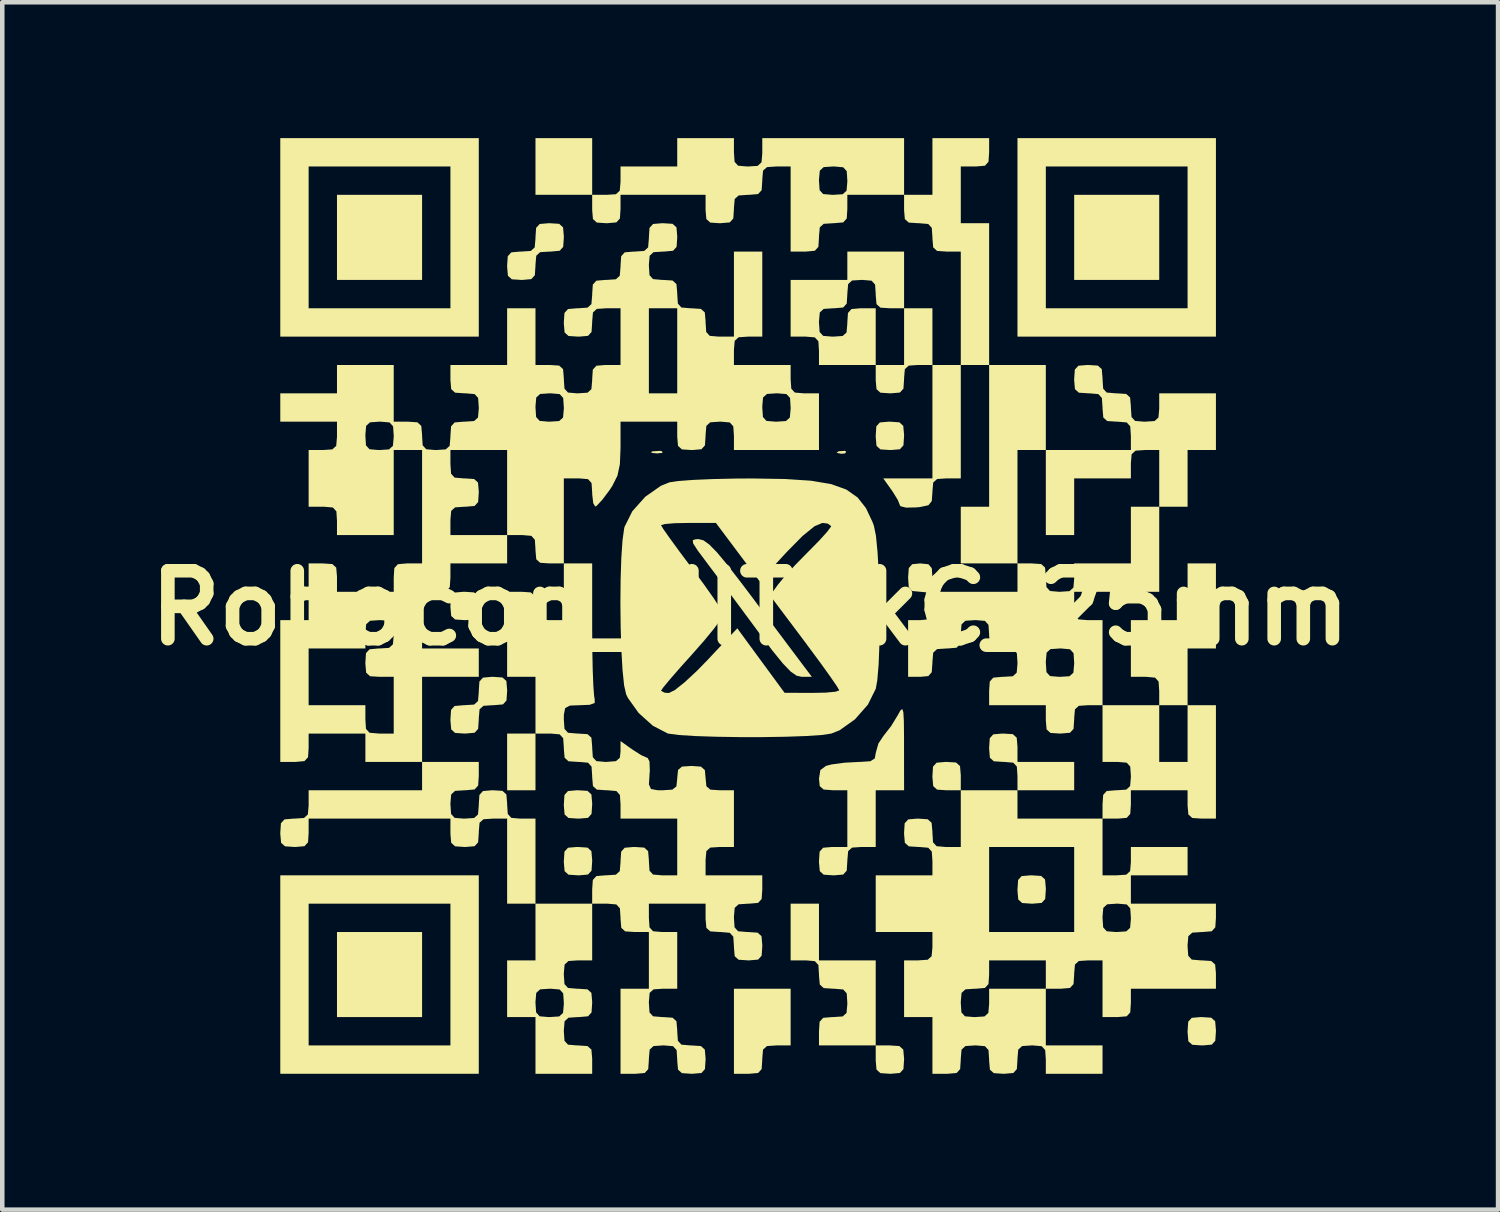
<source format=kicad_pcb>
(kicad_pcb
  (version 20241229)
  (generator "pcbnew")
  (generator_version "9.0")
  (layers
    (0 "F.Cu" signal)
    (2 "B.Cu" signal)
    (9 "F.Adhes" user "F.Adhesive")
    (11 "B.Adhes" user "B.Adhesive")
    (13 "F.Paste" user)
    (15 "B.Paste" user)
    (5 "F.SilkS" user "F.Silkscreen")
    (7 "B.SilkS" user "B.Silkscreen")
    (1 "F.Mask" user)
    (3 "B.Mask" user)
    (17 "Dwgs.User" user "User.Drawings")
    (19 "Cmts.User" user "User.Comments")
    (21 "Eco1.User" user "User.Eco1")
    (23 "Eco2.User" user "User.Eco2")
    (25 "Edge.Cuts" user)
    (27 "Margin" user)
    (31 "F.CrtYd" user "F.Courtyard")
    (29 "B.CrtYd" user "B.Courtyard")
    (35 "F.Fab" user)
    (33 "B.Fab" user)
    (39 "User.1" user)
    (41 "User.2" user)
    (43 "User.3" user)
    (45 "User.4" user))
  (footprint "Robocon_NITOkC_25mm"
    (layer "F.Cu")
    (at 13.514 10.375)
    (property "Reference" "Robocon_NITOkC_25mm" (at 0 0 0) (layer "F.SilkS") (effects (font (size 1.5 1.5) (thickness 0.3))))
    (attr board_only exclude_from_pos_files exclude_from_bom)
    (fp_poly (pts (xy -1.945 -3.458) (xy -1.934 -3.425) (xy -2.057 -3.413) (xy -2.184 -3.427) (xy -2.169 -3.458) (xy -1.986 -3.47)) (stroke (width 0) (type solid)) (fill yes) (layer "F.SilkS"))
    (fp_poly (pts (xy 2.122 -3.453) (xy 2.096 -3.412) (xy 2.005 -3.406) (xy 1.909 -3.427) (xy 1.951 -3.46) (xy 2.091 -3.47)) (stroke (width 0) (type solid)) (fill yes) (layer "F.SilkS"))
    (fp_poly (pts (xy -7.244 -8.183) (xy -7.244 -7.244) (xy -8.183 -7.244) (xy -9.123 -7.244) (xy -9.123 -8.183) (xy -9.123 -9.123) (xy -8.183 -9.123) (xy -7.244 -9.123)) (stroke (width 0) (type solid)) (fill yes) (layer "F.SilkS"))
    (fp_poly (pts (xy -7.244 8.094) (xy -7.244 9.033) (xy -8.183 9.033) (xy -9.123 9.033) (xy -9.123 8.094) (xy -9.123 7.155) (xy -8.183 7.155) (xy -7.244 7.155)) (stroke (width 0) (type solid)) (fill yes) (layer "F.SilkS"))
    (fp_poly (pts (xy -4.74 3.399) (xy -4.74 4.025) (xy -5.053 4.025) (xy -5.366 4.025) (xy -5.366 3.399) (xy -5.366 2.773) (xy -5.053 2.773) (xy -4.74 2.773)) (stroke (width 0) (type solid)) (fill yes) (layer "F.SilkS"))
    (fp_poly (pts (xy 9.033 -8.183) (xy 9.033 -7.244) (xy 8.094 -7.244) (xy 7.155 -7.244) (xy 7.155 -8.183) (xy 7.155 -9.123) (xy 8.094 -9.123) (xy 9.033 -9.123)) (stroke (width 0) (type solid)) (fill yes) (layer "F.SilkS"))
    (fp_poly (pts (xy 3.295 9.673) (xy 3.381 9.751) (xy 3.399 9.948) (xy 3.399 9.972) (xy 3.385 10.182) (xy 3.307 10.268) (xy 3.109 10.285) (xy 3.086 10.285) (xy 2.876 10.271) (xy 2.79 10.193) (xy 2.773 9.996) (xy 2.773 9.972) (xy 2.773 9.659) (xy 3.086 9.659)) (stroke (width 0) (type solid)) (fill yes) (layer "F.SilkS"))
    (fp_poly (pts (xy -6.095 -0.344) (xy -6.009 -0.266) (xy -5.992 -0.069) (xy -5.992 -0.045) (xy -6.006 0.165) (xy -6.084 0.251) (xy -6.281 0.268) (xy -6.305 0.268) (xy -6.515 0.254) (xy -6.601 0.176) (xy -6.618 -0.021) (xy -6.618 -0.045) (xy -6.604 -0.255) (xy -6.526 -0.341) (xy -6.329 -0.358) (xy -6.305 -0.358)) (stroke (width 0) (type solid)) (fill yes) (layer "F.SilkS"))
    (fp_poly (pts (xy -3.591 4.038) (xy -3.505 4.117) (xy -3.488 4.314) (xy -3.488 4.338) (xy -3.502 4.547) (xy -3.58 4.634) (xy -3.777 4.651) (xy -3.801 4.651) (xy -4.011 4.637) (xy -4.097 4.559) (xy -4.114 4.362) (xy -4.114 4.338) (xy -4.1 4.128) (xy -4.022 4.042) (xy -3.825 4.025) (xy -3.801 4.025)) (stroke (width 0) (type solid)) (fill yes) (layer "F.SilkS"))
    (fp_poly (pts (xy -3.591 5.291) (xy -3.505 5.369) (xy -3.488 5.566) (xy -3.488 5.59) (xy -3.502 5.8) (xy -3.58 5.886) (xy -3.777 5.903) (xy -3.801 5.903) (xy -4.011 5.889) (xy -4.097 5.811) (xy -4.114 5.614) (xy -4.114 5.59) (xy -4.1 5.38) (xy -4.022 5.294) (xy -3.825 5.277) (xy -3.801 5.277)) (stroke (width 0) (type solid)) (fill yes) (layer "F.SilkS"))
    (fp_poly (pts (xy 0.894 9.033) (xy 0.894 9.659) (xy 0.581 9.659) (xy 0.372 9.673) (xy 0.285 9.751) (xy 0.268 9.948) (xy 0.268 9.972) (xy 0.254 10.182) (xy 0.176 10.268) (xy -0.021 10.285) (xy -0.045 10.285) (xy -0.358 10.285) (xy -0.358 9.346) (xy -0.358 8.407) (xy 0.268 8.407) (xy 0.894 8.407)) (stroke (width 0) (type solid)) (fill yes) (layer "F.SilkS"))
    (fp_poly (pts (xy 3.295 -4.1) (xy 3.381 -4.022) (xy 3.399 -3.825) (xy 3.399 -3.801) (xy 3.385 -3.591) (xy 3.307 -3.505) (xy 3.109 -3.488) (xy 3.086 -3.488) (xy 2.876 -3.502) (xy 2.79 -3.58) (xy 2.773 -3.777) (xy 2.773 -3.801) (xy 2.786 -4.011) (xy 2.864 -4.097) (xy 3.062 -4.114) (xy 3.086 -4.114)) (stroke (width 0) (type solid)) (fill yes) (layer "F.SilkS"))
    (fp_poly (pts (xy 6.426 5.917) (xy 6.512 5.995) (xy 6.529 6.192) (xy 6.529 6.216) (xy 6.515 6.426) (xy 6.437 6.512) (xy 6.24 6.529) (xy 6.216 6.529) (xy 6.006 6.515) (xy 5.92 6.437) (xy 5.903 6.24) (xy 5.903 6.216) (xy 5.917 6.006) (xy 5.995 5.92) (xy 6.192 5.903) (xy 6.216 5.903)) (stroke (width 0) (type solid)) (fill yes) (layer "F.SilkS"))
    (fp_poly (pts (xy 10.182 9.047) (xy 10.268 9.125) (xy 10.285 9.322) (xy 10.285 9.346) (xy 10.271 9.556) (xy 10.193 9.642) (xy 9.996 9.659) (xy 9.972 9.659) (xy 9.762 9.645) (xy 9.676 9.567) (xy 9.659 9.37) (xy 9.659 9.346) (xy 9.673 9.136) (xy 9.751 9.05) (xy 9.948 9.033) (xy 9.972 9.033)) (stroke (width 0) (type solid)) (fill yes) (layer "F.SilkS"))
    (fp_poly (pts (xy -5.992 -8.183) (xy -5.992 -5.992) (xy -8.183 -5.992) (xy -10.375 -5.992) (xy -10.375 -8.183) (xy -10.375 -9.749) (xy -9.749 -9.749) (xy -9.749 -8.183) (xy -9.749 -6.618) (xy -8.183 -6.618) (xy -6.618 -6.618) (xy -6.618 -8.183) (xy -6.618 -9.749) (xy -8.183 -9.749) (xy -9.749 -9.749) (xy -10.375 -9.749) (xy -10.375 -10.375) (xy -8.183 -10.375) (xy -5.992 -10.375)) (stroke (width 0) (type solid)) (fill yes) (layer "F.SilkS"))
    (fp_poly (pts (xy -5.992 8.094) (xy -5.992 10.285) (xy -8.183 10.285) (xy -10.375 10.285) (xy -10.375 8.094) (xy -10.375 6.529) (xy -9.749 6.529) (xy -9.749 8.094) (xy -9.749 9.659) (xy -8.183 9.659) (xy -6.618 9.659) (xy -6.618 8.094) (xy -6.618 6.529) (xy -8.183 6.529) (xy -9.749 6.529) (xy -10.375 6.529) (xy -10.375 5.903) (xy -8.183 5.903) (xy -5.992 5.903)) (stroke (width 0) (type solid)) (fill yes) (layer "F.SilkS"))
    (fp_poly (pts (xy 10.285 -8.183) (xy 10.285 -5.992) (xy 8.094 -5.992) (xy 5.903 -5.992) (xy 5.903 -8.183) (xy 5.903 -9.749) (xy 6.529 -9.749) (xy 6.529 -8.183) (xy 6.529 -6.618) (xy 8.094 -6.618) (xy 9.659 -6.618) (xy 9.659 -8.183) (xy 9.659 -9.749) (xy 8.094 -9.749) (xy 6.529 -9.749) (xy 5.903 -9.749) (xy 5.903 -10.375) (xy 8.094 -10.375) (xy 10.285 -10.375)) (stroke (width 0) (type solid)) (fill yes) (layer "F.SilkS"))
    (fp_poly (pts (xy -1.032 -1.494) (xy -0.904 -1.403) (xy -0.734 -1.23) (xy -0.505 -0.955) (xy -0.2 -0.561) (xy 0.004 -0.291) (xy 0.325 0.138) (xy 0.625 0.538) (xy 0.88 0.878) (xy 1.067 1.127) (xy 1.144 1.23) (xy 1.363 1.52) (xy 1.138 1.52) (xy 1.026 1.495) (xy 0.895 1.404) (xy 0.725 1.228) (xy 0.495 0.945) (xy 0.187 0.535) (xy 0.171 0.514) (xy -0.141 0.092) (xy -0.454 -0.33) (xy -0.735 -0.705) (xy -0.947 -0.987) (xy -0.961 -1.006) (xy -1.159 -1.271) (xy -1.258 -1.425) (xy -1.267 -1.497) (xy -1.198 -1.519) (xy -1.134 -1.52)) (stroke (width 0) (type solid)) (fill yes) (layer "F.SilkS"))
    (fp_poly (pts (xy -5.469 1.534) (xy -5.383 1.612) (xy -5.366 1.81) (xy -5.366 1.833) (xy -5.38 2.043) (xy -5.458 2.129) (xy -5.655 2.146) (xy -5.679 2.146) (xy -5.889 2.16) (xy -5.975 2.238) (xy -5.992 2.436) (xy -5.992 2.46) (xy -6.006 2.669) (xy -6.084 2.755) (xy -6.281 2.772) (xy -6.305 2.773) (xy -6.515 2.759) (xy -6.601 2.681) (xy -6.618 2.483) (xy -6.618 2.46) (xy -6.604 2.25) (xy -6.526 2.164) (xy -6.329 2.147) (xy -6.305 2.146) (xy -6.095 2.133) (xy -6.009 2.055) (xy -5.992 1.857) (xy -5.992 1.833) (xy -5.978 1.624) (xy -5.9 1.538) (xy -5.703 1.52) (xy -5.679 1.52)) (stroke (width 0) (type solid)) (fill yes) (layer "F.SilkS"))
    (fp_poly (pts (xy -4.217 -8.483) (xy -4.131 -8.405) (xy -4.114 -8.207) (xy -4.114 -8.183) (xy -4.128 -7.974) (xy -4.206 -7.888) (xy -4.403 -7.87) (xy -4.427 -7.87) (xy -4.637 -7.857) (xy -4.723 -7.778) (xy -4.74 -7.581) (xy -4.74 -7.557) (xy -4.754 -7.348) (xy -4.832 -7.262) (xy -5.029 -7.244) (xy -5.053 -7.244) (xy -5.263 -7.258) (xy -5.349 -7.336) (xy -5.366 -7.534) (xy -5.366 -7.557) (xy -5.352 -7.767) (xy -5.274 -7.853) (xy -5.077 -7.87) (xy -5.053 -7.87) (xy -4.843 -7.884) (xy -4.757 -7.962) (xy -4.74 -8.16) (xy -4.74 -8.183) (xy -4.726 -8.393) (xy -4.648 -8.479) (xy -4.451 -8.496) (xy -4.427 -8.496)) (stroke (width 0) (type solid)) (fill yes) (layer "F.SilkS"))
    (fp_poly (pts (xy 1.52 7.155) (xy 1.52 7.781) (xy 2.146 7.781) (xy 2.773 7.781) (xy 2.773 8.72) (xy 2.773 9.659) (xy 2.146 9.659) (xy 1.52 9.659) (xy 1.52 9.346) (xy 1.534 9.136) (xy 1.612 9.05) (xy 1.81 9.033) (xy 1.833 9.033) (xy 2.043 9.019) (xy 2.129 8.941) (xy 2.146 8.744) (xy 2.146 8.72) (xy 2.133 8.51) (xy 2.055 8.424) (xy 1.857 8.407) (xy 1.833 8.407) (xy 1.624 8.393) (xy 1.538 8.315) (xy 1.52 8.118) (xy 1.52 8.094) (xy 1.507 7.884) (xy 1.428 7.798) (xy 1.231 7.781) (xy 1.207 7.781) (xy 0.894 7.781) (xy 0.894 7.155) (xy 0.894 6.529) (xy 1.207 6.529) (xy 1.52 6.529)) (stroke (width 0) (type solid)) (fill yes) (layer "F.SilkS"))
    (fp_poly (pts (xy 3.383 2.301) (xy 3.394 2.494) (xy 3.398 2.833) (xy 3.398 3.063) (xy 3.399 4.025) (xy 3.086 4.025) (xy 2.773 4.025) (xy 2.773 4.651) (xy 2.773 5.277) (xy 2.46 5.277) (xy 2.25 5.291) (xy 2.164 5.369) (xy 2.147 5.566) (xy 2.146 5.59) (xy 2.133 5.8) (xy 2.055 5.886) (xy 1.857 5.903) (xy 1.833 5.903) (xy 1.624 5.889) (xy 1.538 5.811) (xy 1.52 5.614) (xy 1.52 5.59) (xy 1.534 5.38) (xy 1.612 5.294) (xy 1.81 5.277) (xy 1.833 5.277) (xy 2.146 5.277) (xy 2.146 4.651) (xy 2.146 4.025) (xy 1.833 4.025) (xy 1.623 4.009) (xy 1.537 3.934) (xy 1.52 3.768) (xy 1.55 3.579) (xy 1.676 3.486) (xy 1.8 3.454) (xy 2.087 3.416) (xy 2.405 3.399) (xy 2.426 3.399) (xy 2.654 3.384) (xy 2.753 3.321) (xy 2.773 3.203) (xy 2.832 2.992) (xy 2.945 2.823) (xy 3.114 2.606) (xy 3.258 2.37) (xy 3.319 2.261) (xy 3.359 2.23)) (stroke (width 0) (type solid)) (fill yes) (layer "F.SilkS"))
    (fp_poly (pts (xy 0.773 -2.848) (xy 1.348 -2.81) (xy 1.79 -2.735) (xy 2.124 -2.615) (xy 2.372 -2.441) (xy 2.558 -2.205) (xy 2.703 -1.896) (xy 2.732 -1.817) (xy 2.778 -1.595) (xy 2.813 -1.234) (xy 2.84 -0.775) (xy 2.855 -0.257) (xy 2.861 0.28) (xy 2.855 0.795) (xy 2.837 1.248) (xy 2.807 1.601) (xy 2.774 1.784) (xy 2.6 2.134) (xy 2.314 2.459) (xy 1.976 2.7) (xy 1.793 2.773) (xy 1.585 2.804) (xy 1.238 2.827) (xy 0.792 2.843) (xy 0.286 2.851) (xy -0.243 2.851) (xy -0.754 2.843) (xy -1.21 2.828) (xy -1.572 2.805) (xy -1.8 2.775) (xy -1.824 2.769) (xy -2.149 2.6) (xy -2.462 2.319) (xy -2.7 1.985) (xy -2.739 1.903) (xy -2.756 1.827) (xy -1.968 1.827) (xy -1.893 1.869) (xy -1.798 1.878) (xy -1.666 1.815) (xy -1.447 1.641) (xy -1.17 1.383) (xy -0.956 1.164) (xy -0.284 0.449) (xy 0.238 1.161) (xy 0.76 1.872) (xy 1.364 1.875) (xy 1.666 1.869) (xy 1.883 1.849) (xy 1.968 1.82) (xy 1.968 1.819) (xy 1.917 1.73) (xy 1.777 1.526) (xy 1.567 1.233) (xy 1.307 0.881) (xy 1.204 0.742) (xy 0.44 -0.275) (xy 0.615 -0.517) (xy 0.766 -0.7) (xy 0.999 -0.953) (xy 1.266 -1.225) (xy 1.29 -1.249) (xy 1.526 -1.489) (xy 1.701 -1.683) (xy 1.786 -1.797) (xy 1.789 -1.808) (xy 1.713 -1.864) (xy 1.595 -1.878) (xy 1.422 -1.805) (xy 1.158 -1.591) (xy 0.814 -1.242) (xy 0.805 -1.233) (xy 0.21 -0.588) (xy -0.273 -1.233) (xy -0.756 -1.878) (xy -1.362 -1.878) (xy -1.665 -1.872) (xy -1.882 -1.854) (xy -1.968 -1.83) (xy -1.968 -1.829) (xy -1.917 -1.743) (xy -1.777 -1.544) (xy -1.57 -1.26) (xy -1.316 -0.92) (xy -1.285 -0.879) (xy -1.025 -0.527) (xy -0.808 -0.22) (xy -0.657 0.01) (xy -0.593 0.134) (xy -0.592 0.139) (xy -0.645 0.247) (xy -0.797 0.455) (xy -1.024 0.731) (xy -1.274 1.015) (xy -1.548 1.32) (xy -1.771 1.576) (xy -1.919 1.755) (xy -1.968 1.827) (xy -2.756 1.827) (xy -2.783 1.708) (xy -2.818 1.371) (xy -2.843 0.931) (xy -2.859 0.426) (xy -2.865 -0.107) (xy -2.86 -0.631) (xy -2.845 -1.106) (xy -2.818 -1.496) (xy -2.781 -1.762) (xy -2.773 -1.793) (xy -2.602 -2.136) (xy -2.315 -2.457) (xy -1.971 -2.698) (xy -1.784 -2.774) (xy -1.592 -2.803) (xy -1.26 -2.828) (xy -0.823 -2.847) (xy -0.319 -2.858) (xy 0.044 -2.86)) (stroke (width 0) (type solid)) (fill yes) (layer "F.SilkS"))
    (fp_poly (pts (xy -3.488 -9.749) (xy -3.488 -9.123) (xy -3.175 -9.123) (xy -2.965 -9.136) (xy -2.879 -9.214) (xy -2.862 -9.412) (xy -2.862 -9.436) (xy -2.862 -9.749) (xy -2.236 -9.749) (xy -1.61 -9.749) (xy -1.61 -10.062) (xy -1.61 -10.375) (xy -0.984 -10.375) (xy -0.358 -10.375) (xy -0.358 -10.062) (xy -0.344 -9.852) (xy -0.266 -9.766) (xy -0.069 -9.749) (xy -0.045 -9.749) (xy 0.165 -9.762) (xy 0.251 -9.841) (xy 0.268 -10.038) (xy 0.268 -10.062) (xy 0.268 -10.375) (xy 1.833 -10.375) (xy 3.399 -10.375) (xy 3.399 -9.749) (xy 3.399 -9.123) (xy 3.712 -9.123) (xy 4.025 -9.123) (xy 4.025 -9.749) (xy 4.025 -10.375) (xy 4.651 -10.375) (xy 5.277 -10.375) (xy 5.277 -10.062) (xy 5.263 -9.852) (xy 5.185 -9.766) (xy 4.988 -9.749) (xy 4.964 -9.749) (xy 4.651 -9.749) (xy 4.651 -9.123) (xy 4.651 -8.496) (xy 4.964 -8.496) (xy 5.277 -8.496) (xy 5.277 -6.931) (xy 5.277 -5.366) (xy 4.964 -5.366) (xy 4.651 -5.366) (xy 4.651 -4.114) (xy 4.651 -2.862) (xy 4.338 -2.862) (xy 4.128 -2.848) (xy 4.042 -2.77) (xy 4.025 -2.576) (xy 4.025 -2.558) (xy 4.011 -2.362) (xy 3.937 -2.269) (xy 3.751 -2.229) (xy 3.667 -2.221) (xy 3.444 -2.216) (xy 3.319 -2.247) (xy 3.309 -2.264) (xy 3.261 -2.384) (xy 3.145 -2.573) (xy 3.124 -2.602) (xy 2.939 -2.862) (xy 3.482 -2.862) (xy 4.025 -2.862) (xy 4.025 -4.114) (xy 4.025 -5.366) (xy 3.712 -5.366) (xy 3.502 -5.352) (xy 3.416 -5.274) (xy 3.399 -5.077) (xy 3.399 -5.053) (xy 3.385 -4.843) (xy 3.307 -4.757) (xy 3.109 -4.74) (xy 3.086 -4.74) (xy 2.876 -4.754) (xy 2.79 -4.832) (xy 2.773 -5.029) (xy 2.773 -5.053) (xy 2.773 -5.366) (xy 2.146 -5.366) (xy 1.52 -5.366) (xy 1.52 -5.679) (xy 1.507 -5.889) (xy 1.428 -5.975) (xy 1.231 -5.992) (xy 1.207 -5.992) (xy 0.894 -5.992) (xy 0.894 -6.618) (xy 0.894 -7.244) (xy 1.52 -7.244) (xy 2.146 -7.244) (xy 2.146 -7.557) (xy 2.146 -7.87) (xy 2.773 -7.87) (xy 3.399 -7.87) (xy 3.399 -7.244) (xy 3.399 -6.618) (xy 3.086 -6.618) (xy 2.876 -6.632) (xy 2.79 -6.71) (xy 2.773 -6.908) (xy 2.773 -6.931) (xy 2.759 -7.141) (xy 2.681 -7.227) (xy 2.483 -7.244) (xy 2.46 -7.244) (xy 2.25 -7.231) (xy 2.164 -7.152) (xy 2.147 -6.955) (xy 2.146 -6.931) (xy 2.133 -6.722) (xy 2.055 -6.635) (xy 1.857 -6.618) (xy 1.833 -6.618) (xy 1.624 -6.604) (xy 1.538 -6.526) (xy 1.52 -6.329) (xy 1.52 -6.305) (xy 1.534 -6.095) (xy 1.612 -6.009) (xy 1.81 -5.992) (xy 1.833 -5.992) (xy 2.043 -6.006) (xy 2.129 -6.084) (xy 2.146 -6.281) (xy 2.146 -6.305) (xy 2.16 -6.515) (xy 2.238 -6.601) (xy 2.436 -6.618) (xy 2.46 -6.618) (xy 2.773 -6.618) (xy 2.773 -5.992) (xy 2.773 -5.366) (xy 3.086 -5.366) (xy 3.399 -5.366) (xy 3.399 -5.992) (xy 3.399 -6.618) (xy 3.712 -6.618) (xy 4.025 -6.618) (xy 4.025 -5.992) (xy 4.025 -5.366) (xy 4.338 -5.366) (xy 4.651 -5.366) (xy 4.651 -6.618) (xy 4.651 -7.87) (xy 4.338 -7.87) (xy 4.128 -7.884) (xy 4.042 -7.962) (xy 4.025 -8.16) (xy 4.025 -8.183) (xy 4.011 -8.393) (xy 3.933 -8.479) (xy 3.735 -8.496) (xy 3.712 -8.496) (xy 3.502 -8.51) (xy 3.416 -8.588) (xy 3.399 -8.786) (xy 3.399 -8.81) (xy 3.399 -9.123) (xy 2.773 -9.123) (xy 2.146 -9.123) (xy 2.146 -8.81) (xy 2.133 -8.6) (xy 2.055 -8.514) (xy 1.857 -8.497) (xy 1.833 -8.496) (xy 1.624 -8.483) (xy 1.538 -8.405) (xy 1.52 -8.207) (xy 1.52 -8.183) (xy 1.507 -7.974) (xy 1.428 -7.888) (xy 1.231 -7.87) (xy 1.207 -7.87) (xy 0.894 -7.87) (xy 0.894 -8.81) (xy 0.894 -9.436) (xy 1.52 -9.436) (xy 1.534 -9.226) (xy 1.612 -9.14) (xy 1.81 -9.123) (xy 1.833 -9.123) (xy 2.043 -9.136) (xy 2.129 -9.214) (xy 2.146 -9.412) (xy 2.146 -9.436) (xy 2.133 -9.645) (xy 2.055 -9.731) (xy 1.857 -9.749) (xy 1.833 -9.749) (xy 1.624 -9.735) (xy 1.538 -9.657) (xy 1.52 -9.459) (xy 1.52 -9.436) (xy 0.894 -9.436) (xy 0.894 -9.749) (xy 0.581 -9.749) (xy 0.372 -9.735) (xy 0.285 -9.657) (xy 0.268 -9.459) (xy 0.268 -9.436) (xy 0.254 -9.226) (xy 0.176 -9.14) (xy -0.021 -9.123) (xy -0.045 -9.123) (xy -0.255 -9.109) (xy -0.341 -9.031) (xy -0.358 -8.833) (xy -0.358 -8.81) (xy -0.372 -8.6) (xy -0.45 -8.514) (xy -0.647 -8.497) (xy -0.671 -8.496) (xy -0.881 -8.51) (xy -0.967 -8.588) (xy -0.984 -8.786) (xy -0.984 -8.81) (xy -0.984 -9.123) (xy -1.923 -9.123) (xy -2.862 -9.123) (xy -2.862 -8.81) (xy -2.876 -8.6) (xy -2.954 -8.514) (xy -3.151 -8.497) (xy -3.175 -8.496) (xy -3.385 -8.51) (xy -3.471 -8.588) (xy -3.488 -8.786) (xy -3.488 -8.81) (xy -3.488 -9.123) (xy -4.114 -9.123) (xy -4.74 -9.123) (xy -4.74 -9.749) (xy -4.74 -10.375) (xy -4.114 -10.375) (xy -3.488 -10.375)) (stroke (width 0) (type solid)) (fill yes) (layer "F.SilkS"))
    (fp_poly (pts (xy -3.488 0.44) (xy -3.485 0.935) (xy -3.476 1.374) (xy -3.462 1.722) (xy -3.445 1.946) (xy -3.434 2.005) (xy -3.431 2.096) (xy -3.541 2.138) (xy -3.747 2.146) (xy -3.98 2.155) (xy -4.085 2.211) (xy -4.113 2.356) (xy -4.114 2.46) (xy -4.1 2.669) (xy -4.022 2.755) (xy -3.825 2.772) (xy -3.801 2.773) (xy -3.591 2.786) (xy -3.505 2.864) (xy -3.488 3.062) (xy -3.488 3.086) (xy -3.474 3.295) (xy -3.396 3.381) (xy -3.199 3.399) (xy -3.175 3.399) (xy -2.964 3.382) (xy -2.877 3.307) (xy -2.862 3.169) (xy -2.862 2.939) (xy -2.602 3.124) (xy -2.408 3.248) (xy -2.275 3.308) (xy -2.264 3.309) (xy -2.223 3.388) (xy -2.215 3.585) (xy -2.221 3.667) (xy -2.235 3.896) (xy -2.19 3.997) (xy -2.046 4.024) (xy -1.932 4.025) (xy -1.718 4.011) (xy -1.628 3.939) (xy -1.61 3.766) (xy -1.61 3.756) (xy -1.592 3.576) (xy -1.504 3.502) (xy -1.297 3.488) (xy -1.087 3.503) (xy -1 3.579) (xy -0.984 3.756) (xy -0.966 3.937) (xy -0.878 4.011) (xy -0.671 4.025) (xy -0.358 4.025) (xy -0.358 4.651) (xy -0.358 5.277) (xy -0.671 5.277) (xy -0.881 5.291) (xy -0.967 5.369) (xy -0.984 5.566) (xy -0.984 5.59) (xy -0.984 5.903) (xy -0.358 5.903) (xy 0.268 5.903) (xy 0.268 6.216) (xy 0.254 6.426) (xy 0.176 6.512) (xy -0.021 6.529) (xy -0.045 6.529) (xy -0.255 6.543) (xy -0.341 6.621) (xy -0.358 6.818) (xy -0.358 6.842) (xy -0.344 7.052) (xy -0.266 7.138) (xy -0.069 7.155) (xy -0.045 7.155) (xy 0.165 7.169) (xy 0.251 7.247) (xy 0.268 7.444) (xy 0.268 7.468) (xy 0.254 7.678) (xy 0.176 7.764) (xy -0.021 7.781) (xy -0.045 7.781) (xy -0.255 7.767) (xy -0.341 7.689) (xy -0.358 7.492) (xy -0.358 7.468) (xy -0.372 7.258) (xy -0.45 7.172) (xy -0.647 7.155) (xy -0.671 7.155) (xy -0.881 7.141) (xy -0.967 7.063) (xy -0.984 6.866) (xy -0.984 6.842) (xy -0.984 6.529) (xy -1.61 6.529) (xy -2.236 6.529) (xy -2.236 6.842) (xy -2.222 7.052) (xy -2.144 7.138) (xy -1.947 7.155) (xy -1.923 7.155) (xy -1.61 7.155) (xy -1.61 7.781) (xy -1.61 8.407) (xy -1.923 8.407) (xy -2.133 8.421) (xy -2.219 8.499) (xy -2.236 8.696) (xy -2.236 8.72) (xy -2.222 8.93) (xy -2.144 9.016) (xy -1.947 9.033) (xy -1.923 9.033) (xy -1.713 9.047) (xy -1.627 9.125) (xy -1.61 9.322) (xy -1.61 9.346) (xy -1.596 9.556) (xy -1.518 9.642) (xy -1.321 9.659) (xy -1.297 9.659) (xy -1.087 9.673) (xy -1.001 9.751) (xy -0.984 9.948) (xy -0.984 9.972) (xy -0.998 10.182) (xy -1.076 10.268) (xy -1.273 10.285) (xy -1.297 10.285) (xy -1.507 10.271) (xy -1.593 10.193) (xy -1.61 9.996) (xy -1.61 9.972) (xy -1.624 9.762) (xy -1.702 9.676) (xy -1.899 9.659) (xy -1.923 9.659) (xy -2.133 9.673) (xy -2.219 9.751) (xy -2.236 9.948) (xy -2.236 9.972) (xy -2.25 10.182) (xy -2.328 10.268) (xy -2.525 10.285) (xy -2.549 10.285) (xy -2.862 10.285) (xy -2.862 9.346) (xy -2.862 8.407) (xy -2.549 8.407) (xy -2.236 8.407) (xy -2.236 7.781) (xy -2.236 7.155) (xy -2.549 7.155) (xy -2.759 7.141) (xy -2.845 7.063) (xy -2.862 6.866) (xy -2.862 6.842) (xy -2.876 6.632) (xy -2.954 6.546) (xy -3.151 6.529) (xy -3.175 6.529) (xy -3.488 6.529) (xy -3.488 7.155) (xy -3.488 7.781) (xy -3.801 7.781) (xy -4.011 7.795) (xy -4.097 7.873) (xy -4.114 8.07) (xy -4.114 8.094) (xy -4.1 8.304) (xy -4.022 8.39) (xy -3.825 8.407) (xy -3.801 8.407) (xy -3.591 8.421) (xy -3.505 8.499) (xy -3.488 8.696) (xy -3.488 8.72) (xy -3.502 8.93) (xy -3.58 9.016) (xy -3.777 9.033) (xy -3.801 9.033) (xy -4.011 9.047) (xy -4.097 9.125) (xy -4.114 9.322) (xy -4.114 9.346) (xy -4.1 9.556) (xy -4.022 9.642) (xy -3.825 9.659) (xy -3.801 9.659) (xy -3.591 9.673) (xy -3.505 9.751) (xy -3.488 9.948) (xy -3.488 9.972) (xy -3.488 10.285) (xy -4.114 10.285) (xy -4.74 10.285) (xy -4.74 9.659) (xy -4.74 9.033) (xy -5.053 9.033) (xy -5.366 9.033) (xy -5.366 8.72) (xy -4.74 8.72) (xy -4.726 8.93) (xy -4.648 9.016) (xy -4.451 9.033) (xy -4.427 9.033) (xy -4.217 9.019) (xy -4.131 8.941) (xy -4.114 8.744) (xy -4.114 8.72) (xy -4.128 8.51) (xy -4.206 8.424) (xy -4.403 8.407) (xy -4.427 8.407) (xy -4.637 8.421) (xy -4.723 8.499) (xy -4.74 8.696) (xy -4.74 8.72) (xy -5.366 8.72) (xy -5.366 8.407) (xy -5.366 7.781) (xy -5.053 7.781) (xy -4.74 7.781) (xy -4.74 7.155) (xy -4.74 6.529) (xy -5.053 6.529) (xy -5.366 6.529) (xy -5.366 5.59) (xy -5.366 4.651) (xy -5.679 4.651) (xy -5.889 4.665) (xy -5.975 4.743) (xy -5.992 4.94) (xy -5.992 4.964) (xy -6.006 5.174) (xy -6.084 5.26) (xy -6.281 5.277) (xy -6.305 5.277) (xy -6.515 5.263) (xy -6.601 5.185) (xy -6.618 4.988) (xy -6.618 4.964) (xy -6.618 4.651) (xy -8.183 4.651) (xy -9.749 4.651) (xy -9.749 4.964) (xy -9.762 5.174) (xy -9.841 5.26) (xy -10.038 5.277) (xy -10.062 5.277) (xy -10.271 5.263) (xy -10.357 5.185) (xy -10.375 4.988) (xy -10.375 4.964) (xy -10.361 4.754) (xy -10.283 4.668) (xy -10.085 4.651) (xy -10.062 4.651) (xy -9.852 4.637) (xy -9.766 4.559) (xy -9.749 4.362) (xy -9.749 4.338) (xy -9.749 4.025) (xy -8.496 4.025) (xy -7.244 4.025) (xy -7.244 3.712) (xy -7.244 3.399) (xy -6.618 3.399) (xy -5.992 3.399) (xy -5.992 3.712) (xy -6.006 3.921) (xy -6.084 4.007) (xy -6.281 4.025) (xy -6.305 4.025) (xy -6.515 4.038) (xy -6.601 4.117) (xy -6.618 4.314) (xy -6.618 4.338) (xy -6.604 4.547) (xy -6.526 4.634) (xy -6.329 4.651) (xy -6.305 4.651) (xy -6.095 4.637) (xy -6.009 4.559) (xy -5.992 4.362) (xy -5.992 4.338) (xy -5.978 4.128) (xy -5.9 4.042) (xy -5.703 4.025) (xy -5.679 4.025) (xy -5.469 4.038) (xy -5.383 4.117) (xy -5.366 4.314) (xy -5.366 4.338) (xy -5.352 4.547) (xy -5.274 4.634) (xy -5.077 4.651) (xy -5.053 4.651) (xy -4.74 4.651) (xy -4.74 5.59) (xy -4.74 6.529) (xy -4.114 6.529) (xy -3.488 6.529) (xy -3.488 6.216) (xy -3.474 6.006) (xy -3.396 5.92) (xy -3.199 5.903) (xy -3.175 5.903) (xy -2.965 5.889) (xy -2.879 5.811) (xy -2.862 5.614) (xy -2.862 5.59) (xy -2.848 5.38) (xy -2.77 5.294) (xy -2.573 5.277) (xy -2.549 5.277) (xy -2.339 5.291) (xy -2.253 5.369) (xy -2.236 5.566) (xy -2.236 5.59) (xy -2.222 5.8) (xy -2.144 5.886) (xy -1.947 5.903) (xy -1.923 5.903) (xy -1.61 5.903) (xy -1.61 5.277) (xy -1.61 4.651) (xy -2.236 4.651) (xy -2.862 4.651) (xy -2.862 4.338) (xy -2.876 4.128) (xy -2.954 4.042) (xy -3.151 4.025) (xy -3.175 4.025) (xy -3.385 4.011) (xy -3.471 3.933) (xy -3.488 3.735) (xy -3.488 3.712) (xy -3.502 3.502) (xy -3.58 3.416) (xy -3.777 3.399) (xy -3.801 3.399) (xy -4.011 3.385) (xy -4.097 3.307) (xy -4.114 3.109) (xy -4.114 3.086) (xy -4.128 2.876) (xy -4.206 2.79) (xy -4.403 2.773) (xy -4.427 2.773) (xy -4.74 2.773) (xy -4.74 2.146) (xy -4.74 1.52) (xy -5.053 1.52) (xy -5.366 1.52) (xy -5.366 0.581) (xy -5.366 -0.358) (xy -5.053 -0.358) (xy -4.843 -0.344) (xy -4.757 -0.266) (xy -4.74 -0.069) (xy -4.74 -0.045) (xy -4.726 0.165) (xy -4.648 0.251) (xy -4.451 0.268) (xy -4.427 0.268) (xy -4.114 0.268) (xy -4.114 -0.358) (xy -4.114 -0.984) (xy -3.801 -0.984) (xy -3.488 -0.984)) (stroke (width 0) (type solid)) (fill yes) (layer "F.SilkS"))
    (fp_poly (pts (xy -1.713 -8.483) (xy -1.627 -8.405) (xy -1.61 -8.207) (xy -1.61 -8.183) (xy -1.624 -7.974) (xy -1.702 -7.888) (xy -1.899 -7.87) (xy -1.923 -7.87) (xy -2.133 -7.857) (xy -2.219 -7.778) (xy -2.236 -7.581) (xy -2.236 -7.557) (xy -2.222 -7.348) (xy -2.144 -7.262) (xy -1.947 -7.244) (xy -1.923 -7.244) (xy -1.713 -7.231) (xy -1.627 -7.152) (xy -1.61 -6.955) (xy -1.61 -6.931) (xy -1.596 -6.722) (xy -1.518 -6.635) (xy -1.321 -6.618) (xy -1.297 -6.618) (xy -1.087 -6.604) (xy -1.001 -6.526) (xy -0.984 -6.329) (xy -0.984 -6.305) (xy -0.97 -6.095) (xy -0.892 -6.009) (xy -0.695 -5.992) (xy -0.671 -5.992) (xy -0.358 -5.992) (xy -0.358 -6.931) (xy -0.358 -7.87) (xy -0.045 -7.87) (xy 0.268 -7.87) (xy 0.268 -6.931) (xy 0.268 -5.992) (xy -0.045 -5.992) (xy -0.255 -5.978) (xy -0.341 -5.9) (xy -0.358 -5.703) (xy -0.358 -5.679) (xy -0.358 -5.366) (xy 0.268 -5.366) (xy 0.894 -5.366) (xy 0.894 -5.053) (xy 0.908 -4.843) (xy 0.986 -4.757) (xy 1.184 -4.74) (xy 1.207 -4.74) (xy 1.52 -4.74) (xy 1.52 -4.114) (xy 1.52 -3.488) (xy 0.581 -3.488) (xy -0.358 -3.488) (xy -0.358 -3.801) (xy -0.372 -4.011) (xy -0.45 -4.097) (xy -0.647 -4.114) (xy -0.671 -4.114) (xy -0.881 -4.1) (xy -0.967 -4.022) (xy -0.984 -3.825) (xy -0.984 -3.801) (xy -0.998 -3.591) (xy -1.076 -3.505) (xy -1.273 -3.488) (xy -1.297 -3.488) (xy -1.507 -3.502) (xy -1.593 -3.58) (xy -1.61 -3.777) (xy -1.61 -3.801) (xy -1.61 -4.114) (xy -2.236 -4.114) (xy -2.862 -4.114) (xy -2.862 -3.534) (xy -2.876 -3.177) (xy -2.93 -2.922) (xy -3.045 -2.693) (xy -3.108 -2.598) (xy -3.264 -2.39) (xy -3.385 -2.26) (xy -3.421 -2.239) (xy -3.465 -2.316) (xy -3.487 -2.508) (xy -3.488 -2.549) (xy -3.502 -2.759) (xy -3.58 -2.845) (xy -3.777 -2.862) (xy -3.801 -2.862) (xy -4.114 -2.862) (xy -4.114 -1.923) (xy -4.114 -0.984) (xy -4.427 -0.984) (xy -4.637 -0.998) (xy -4.723 -1.076) (xy -4.74 -1.273) (xy -4.74 -1.297) (xy -4.754 -1.507) (xy -4.832 -1.593) (xy -5.029 -1.61) (xy -5.053 -1.61) (xy -5.366 -1.61) (xy -5.366 -1.297) (xy -5.366 -0.984) (xy -5.992 -0.984) (xy -6.618 -0.984) (xy -6.618 -0.671) (xy -6.632 -0.461) (xy -6.71 -0.375) (xy -6.908 -0.358) (xy -6.931 -0.358) (xy -7.244 -0.358) (xy -7.244 0.268) (xy -7.244 0.894) (xy -6.618 0.894) (xy -5.992 0.894) (xy -5.992 1.207) (xy -5.992 1.52) (xy -6.618 1.52) (xy -7.244 1.52) (xy -7.244 2.46) (xy -7.244 3.399) (xy -7.87 3.399) (xy -8.496 3.399) (xy -8.496 3.086) (xy -8.496 2.773) (xy -9.123 2.773) (xy -9.749 2.773) (xy -9.749 3.086) (xy -9.762 3.295) (xy -9.841 3.381) (xy -10.038 3.399) (xy -10.062 3.399) (xy -10.375 3.399) (xy -10.375 2.146) (xy -9.749 2.146) (xy -9.123 2.146) (xy -8.496 2.146) (xy -8.496 2.46) (xy -8.483 2.669) (xy -8.405 2.755) (xy -8.207 2.772) (xy -8.183 2.773) (xy -7.87 2.773) (xy -7.87 2.146) (xy -7.87 1.52) (xy -8.183 1.52) (xy -8.393 1.507) (xy -8.479 1.428) (xy -8.496 1.231) (xy -8.496 1.207) (xy -8.483 0.998) (xy -8.405 0.912) (xy -8.207 0.894) (xy -8.183 0.894) (xy -7.974 0.881) (xy -7.888 0.802) (xy -7.87 0.605) (xy -7.87 0.581) (xy -7.884 0.372) (xy -7.962 0.285) (xy -8.16 0.268) (xy -8.183 0.268) (xy -8.393 0.282) (xy -8.479 0.36) (xy -8.496 0.558) (xy -8.496 0.581) (xy -8.496 0.894) (xy -9.123 0.894) (xy -9.749 0.894) (xy -9.749 1.52) (xy -9.749 2.146) (xy -10.375 2.146) (xy -10.375 1.833) (xy -10.375 0.268) (xy -10.062 0.268) (xy -9.749 0.268) (xy -9.749 -0.358) (xy -9.749 -0.984) (xy -9.436 -0.984) (xy -9.226 -0.97) (xy -9.14 -0.892) (xy -9.123 -0.695) (xy -9.123 -0.671) (xy -9.123 -0.358) (xy -8.496 -0.358) (xy -7.87 -0.358) (xy -7.87 -0.671) (xy -7.857 -0.881) (xy -7.778 -0.967) (xy -7.581 -0.984) (xy -7.557 -0.984) (xy -7.244 -0.984) (xy -7.244 -2.236) (xy -7.244 -3.488) (xy -7.557 -3.488) (xy -7.87 -3.488) (xy -7.87 -2.549) (xy -7.87 -1.61) (xy -8.496 -1.61) (xy -9.123 -1.61) (xy -9.123 -1.923) (xy -9.136 -2.133) (xy -9.214 -2.219) (xy -9.412 -2.236) (xy -9.436 -2.236) (xy -9.749 -2.236) (xy -9.749 -2.862) (xy -9.749 -3.488) (xy -9.436 -3.488) (xy -9.226 -3.502) (xy -9.14 -3.58) (xy -9.123 -3.777) (xy -9.123 -3.801) (xy -8.496 -3.801) (xy -8.483 -3.591) (xy -8.405 -3.505) (xy -8.207 -3.488) (xy -8.183 -3.488) (xy -7.974 -3.502) (xy -7.888 -3.58) (xy -7.87 -3.777) (xy -7.87 -3.801) (xy -7.884 -4.011) (xy -7.962 -4.097) (xy -8.16 -4.114) (xy -8.183 -4.114) (xy -8.393 -4.1) (xy -8.479 -4.022) (xy -8.496 -3.825) (xy -8.496 -3.801) (xy -9.123 -3.801) (xy -9.123 -4.114) (xy -9.749 -4.114) (xy -10.375 -4.114) (xy -10.375 -4.427) (xy -10.375 -4.74) (xy -9.749 -4.74) (xy -9.123 -4.74) (xy -9.123 -5.053) (xy -9.123 -5.366) (xy -8.496 -5.366) (xy -7.87 -5.366) (xy -7.87 -4.74) (xy -7.87 -4.114) (xy -7.557 -4.114) (xy -7.348 -4.1) (xy -7.262 -4.022) (xy -7.244 -3.825) (xy -7.244 -3.801) (xy -7.231 -3.591) (xy -7.152 -3.505) (xy -6.955 -3.488) (xy -6.931 -3.488) (xy -6.618 -3.488) (xy -6.618 -3.175) (xy -6.604 -2.965) (xy -6.526 -2.879) (xy -6.329 -2.862) (xy -6.305 -2.862) (xy -6.095 -2.848) (xy -6.009 -2.77) (xy -5.992 -2.573) (xy -5.992 -2.549) (xy -6.006 -2.339) (xy -6.084 -2.253) (xy -6.281 -2.236) (xy -6.305 -2.236) (xy -6.515 -2.222) (xy -6.601 -2.144) (xy -6.618 -1.947) (xy -6.618 -1.923) (xy -6.618 -1.61) (xy -5.992 -1.61) (xy -5.366 -1.61) (xy -5.366 -2.549) (xy -5.366 -3.488) (xy -5.992 -3.488) (xy -6.618 -3.488) (xy -6.931 -3.488) (xy -6.722 -3.502) (xy -6.635 -3.58) (xy -6.618 -3.777) (xy -6.618 -3.801) (xy -6.604 -4.011) (xy -6.526 -4.097) (xy -6.329 -4.114) (xy -6.305 -4.114) (xy -6.095 -4.128) (xy -6.009 -4.206) (xy -5.992 -4.403) (xy -5.992 -4.427) (xy -4.74 -4.427) (xy -4.726 -4.217) (xy -4.648 -4.131) (xy -4.451 -4.114) (xy -4.427 -4.114) (xy -4.217 -4.128) (xy -4.131 -4.206) (xy -4.114 -4.403) (xy -4.114 -4.427) (xy 0.268 -4.427) (xy 0.282 -4.217) (xy 0.36 -4.131) (xy 0.558 -4.114) (xy 0.581 -4.114) (xy 0.791 -4.128) (xy 0.877 -4.206) (xy 0.894 -4.403) (xy 0.894 -4.427) (xy 0.881 -4.637) (xy 0.802 -4.723) (xy 0.605 -4.74) (xy 0.581 -4.74) (xy 0.372 -4.726) (xy 0.285 -4.648) (xy 0.268 -4.451) (xy 0.268 -4.427) (xy -4.114 -4.427) (xy -4.128 -4.637) (xy -4.206 -4.723) (xy -4.403 -4.74) (xy -4.427 -4.74) (xy -4.637 -4.726) (xy -4.723 -4.648) (xy -4.74 -4.451) (xy -4.74 -4.427) (xy -5.992 -4.427) (xy -6.006 -4.637) (xy -6.084 -4.723) (xy -6.281 -4.74) (xy -6.305 -4.74) (xy -6.515 -4.754) (xy -6.601 -4.832) (xy -6.618 -5.029) (xy -6.618 -5.053) (xy -6.618 -5.366) (xy -5.992 -5.366) (xy -5.366 -5.366) (xy -5.366 -5.992) (xy -5.366 -6.618) (xy -5.053 -6.618) (xy -4.74 -6.618) (xy -4.74 -5.992) (xy -4.74 -5.366) (xy -4.427 -5.366) (xy -4.217 -5.352) (xy -4.131 -5.274) (xy -4.114 -5.077) (xy -4.114 -5.053) (xy -4.1 -4.843) (xy -4.022 -4.757) (xy -3.825 -4.74) (xy -3.801 -4.74) (xy -3.591 -4.754) (xy -3.505 -4.832) (xy -3.488 -5.029) (xy -3.488 -5.053) (xy -3.474 -5.263) (xy -3.396 -5.349) (xy -3.199 -5.366) (xy -3.175 -5.366) (xy -2.862 -5.366) (xy -2.862 -5.992) (xy -2.862 -6.618) (xy -2.236 -6.618) (xy -2.236 -5.679) (xy -2.236 -4.74) (xy -1.923 -4.74) (xy -1.61 -4.74) (xy -1.61 -5.679) (xy -1.61 -6.618) (xy -1.923 -6.618) (xy -2.236 -6.618) (xy -2.862 -6.618) (xy -3.175 -6.618) (xy -3.385 -6.604) (xy -3.471 -6.526) (xy -3.488 -6.329) (xy -3.488 -6.305) (xy -3.502 -6.095) (xy -3.58 -6.009) (xy -3.777 -5.992) (xy -3.801 -5.992) (xy -4.011 -6.006) (xy -4.097 -6.084) (xy -4.114 -6.281) (xy -4.114 -6.305) (xy -4.1 -6.515) (xy -4.022 -6.601) (xy -3.825 -6.618) (xy -3.801 -6.618) (xy -3.591 -6.632) (xy -3.505 -6.71) (xy -3.488 -6.908) (xy -3.488 -6.931) (xy -3.474 -7.141) (xy -3.396 -7.227) (xy -3.199 -7.244) (xy -3.175 -7.244) (xy -2.965 -7.258) (xy -2.879 -7.336) (xy -2.862 -7.534) (xy -2.862 -7.557) (xy -2.848 -7.767) (xy -2.77 -7.853) (xy -2.573 -7.87) (xy -2.549 -7.87) (xy -2.339 -7.884) (xy -2.253 -7.962) (xy -2.236 -8.16) (xy -2.236 -8.183) (xy -2.222 -8.393) (xy -2.144 -8.479) (xy -1.947 -8.496) (xy -1.923 -8.496)) (stroke (width 0) (type solid)) (fill yes) (layer "F.SilkS"))
    (fp_poly (pts (xy 6.529 -4.427) (xy 6.529 -3.488) (xy 7.468 -3.488) (xy 8.407 -3.488) (xy 8.407 -3.801) (xy 8.393 -4.011) (xy 8.315 -4.097) (xy 8.118 -4.114) (xy 8.094 -4.114) (xy 7.884 -4.128) (xy 7.798 -4.206) (xy 7.781 -4.403) (xy 7.781 -4.427) (xy 7.767 -4.637) (xy 7.689 -4.723) (xy 7.492 -4.74) (xy 7.468 -4.74) (xy 7.258 -4.754) (xy 7.172 -4.832) (xy 7.155 -5.029) (xy 7.155 -5.053) (xy 7.169 -5.263) (xy 7.247 -5.349) (xy 7.444 -5.366) (xy 7.468 -5.366) (xy 7.678 -5.352) (xy 7.764 -5.274) (xy 7.781 -5.077) (xy 7.781 -5.053) (xy 7.795 -4.843) (xy 7.873 -4.757) (xy 8.07 -4.74) (xy 8.094 -4.74) (xy 8.304 -4.726) (xy 8.39 -4.648) (xy 8.407 -4.451) (xy 8.407 -4.427) (xy 8.421 -4.217) (xy 8.499 -4.131) (xy 8.696 -4.114) (xy 8.72 -4.114) (xy 8.93 -4.128) (xy 9.016 -4.206) (xy 9.033 -4.403) (xy 9.033 -4.427) (xy 9.033 -4.74) (xy 9.659 -4.74) (xy 10.285 -4.74) (xy 10.285 -4.114) (xy 10.285 -3.488) (xy 9.972 -3.488) (xy 9.659 -3.488) (xy 9.659 -2.862) (xy 9.659 -2.236) (xy 9.346 -2.236) (xy 9.033 -2.236) (xy 9.033 -1.297) (xy 9.033 -0.358) (xy 8.094 -0.358) (xy 7.155 -0.358) (xy 7.155 -0.045) (xy 7.169 0.165) (xy 7.247 0.251) (xy 7.444 0.268) (xy 7.468 0.268) (xy 7.781 0.268) (xy 7.781 1.207) (xy 7.781 2.146) (xy 8.407 2.146) (xy 9.033 2.146) (xy 9.033 1.833) (xy 9.019 1.624) (xy 8.941 1.538) (xy 8.744 1.52) (xy 8.72 1.52) (xy 8.407 1.52) (xy 8.407 0.894) (xy 8.407 0.268) (xy 9.033 0.268) (xy 9.659 0.268) (xy 9.659 -0.358) (xy 9.659 -0.984) (xy 9.972 -0.984) (xy 10.285 -0.984) (xy 10.285 -0.045) (xy 10.285 0.894) (xy 9.972 0.894) (xy 9.659 0.894) (xy 9.659 1.52) (xy 9.659 2.146) (xy 9.346 2.146) (xy 9.033 2.146) (xy 9.033 2.773) (xy 9.033 3.399) (xy 9.346 3.399) (xy 9.659 3.399) (xy 9.659 2.773) (xy 9.659 2.146) (xy 9.972 2.146) (xy 10.285 2.146) (xy 10.285 3.399) (xy 10.285 4.651) (xy 9.972 4.651) (xy 9.762 4.637) (xy 9.676 4.559) (xy 9.659 4.362) (xy 9.659 4.338) (xy 9.659 4.025) (xy 9.033 4.025) (xy 8.407 4.025) (xy 8.407 4.338) (xy 8.393 4.547) (xy 8.315 4.634) (xy 8.118 4.651) (xy 8.094 4.651) (xy 7.781 4.651) (xy 7.781 5.277) (xy 7.781 5.903) (xy 8.094 5.903) (xy 8.304 5.889) (xy 8.39 5.811) (xy 8.407 5.614) (xy 8.407 5.59) (xy 8.407 5.277) (xy 9.033 5.277) (xy 9.659 5.277) (xy 9.659 5.59) (xy 9.659 5.903) (xy 9.033 5.903) (xy 8.407 5.903) (xy 8.407 6.216) (xy 8.407 6.529) (xy 9.346 6.529) (xy 10.285 6.529) (xy 10.285 6.842) (xy 10.271 7.052) (xy 10.193 7.138) (xy 9.996 7.155) (xy 9.972 7.155) (xy 9.762 7.169) (xy 9.676 7.247) (xy 9.659 7.444) (xy 9.659 7.468) (xy 9.673 7.678) (xy 9.751 7.764) (xy 9.948 7.781) (xy 9.972 7.781) (xy 10.182 7.795) (xy 10.268 7.873) (xy 10.285 8.07) (xy 10.285 8.094) (xy 10.285 8.407) (xy 9.346 8.407) (xy 8.407 8.407) (xy 8.407 8.72) (xy 8.393 8.93) (xy 8.315 9.016) (xy 8.118 9.033) (xy 8.094 9.033) (xy 7.781 9.033) (xy 7.781 8.407) (xy 7.781 7.781) (xy 7.468 7.781) (xy 7.258 7.795) (xy 7.172 7.873) (xy 7.155 8.07) (xy 7.155 8.094) (xy 7.141 8.304) (xy 7.063 8.39) (xy 6.866 8.407) (xy 6.842 8.407) (xy 6.529 8.407) (xy 6.529 9.033) (xy 6.529 9.659) (xy 7.155 9.659) (xy 7.781 9.659) (xy 7.781 9.972) (xy 7.781 10.285) (xy 7.155 10.285) (xy 6.529 10.285) (xy 6.529 9.972) (xy 6.515 9.762) (xy 6.437 9.676) (xy 6.24 9.659) (xy 6.216 9.659) (xy 6.006 9.673) (xy 5.92 9.751) (xy 5.903 9.948) (xy 5.903 9.972) (xy 5.889 10.182) (xy 5.811 10.268) (xy 5.614 10.285) (xy 5.59 10.285) (xy 5.38 10.271) (xy 5.294 10.193) (xy 5.277 9.996) (xy 5.277 9.972) (xy 5.263 9.762) (xy 5.185 9.676) (xy 4.988 9.659) (xy 4.964 9.659) (xy 4.754 9.673) (xy 4.668 9.751) (xy 4.651 9.948) (xy 4.651 9.972) (xy 4.637 10.182) (xy 4.559 10.268) (xy 4.362 10.285) (xy 4.338 10.285) (xy 4.025 10.285) (xy 4.025 9.659) (xy 4.025 9.033) (xy 3.712 9.033) (xy 3.399 9.033) (xy 3.399 8.72) (xy 4.651 8.72) (xy 4.665 8.93) (xy 4.743 9.016) (xy 4.94 9.033) (xy 4.964 9.033) (xy 5.174 9.019) (xy 5.26 8.941) (xy 5.277 8.744) (xy 5.277 8.72) (xy 5.277 8.407) (xy 5.903 8.407) (xy 6.529 8.407) (xy 6.529 8.094) (xy 6.529 7.781) (xy 5.903 7.781) (xy 5.277 7.781) (xy 5.277 8.094) (xy 5.263 8.304) (xy 5.185 8.39) (xy 4.988 8.407) (xy 4.964 8.407) (xy 4.754 8.421) (xy 4.668 8.499) (xy 4.651 8.696) (xy 4.651 8.72) (xy 3.399 8.72) (xy 3.399 8.407) (xy 3.399 7.781) (xy 3.712 7.781) (xy 3.921 7.767) (xy 4.007 7.689) (xy 4.025 7.492) (xy 4.025 7.468) (xy 4.025 7.155) (xy 3.399 7.155) (xy 2.773 7.155) (xy 2.773 6.529) (xy 2.773 5.903) (xy 3.399 5.903) (xy 4.025 5.903) (xy 4.025 5.59) (xy 4.011 5.38) (xy 3.933 5.294) (xy 3.735 5.277) (xy 3.712 5.277) (xy 3.502 5.263) (xy 3.416 5.185) (xy 3.399 4.988) (xy 3.399 4.964) (xy 3.412 4.754) (xy 3.491 4.668) (xy 3.688 4.651) (xy 3.712 4.651) (xy 3.921 4.665) (xy 4.007 4.743) (xy 4.025 4.94) (xy 4.025 4.964) (xy 4.038 5.174) (xy 4.117 5.26) (xy 4.314 5.277) (xy 4.338 5.277) (xy 4.651 5.277) (xy 5.277 5.277) (xy 5.277 6.216) (xy 5.277 7.155) (xy 6.216 7.155) (xy 7.155 7.155) (xy 7.155 6.842) (xy 7.781 6.842) (xy 7.795 7.052) (xy 7.873 7.138) (xy 8.07 7.155) (xy 8.094 7.155) (xy 8.304 7.141) (xy 8.39 7.063) (xy 8.407 6.866) (xy 8.407 6.842) (xy 8.393 6.632) (xy 8.315 6.546) (xy 8.118 6.529) (xy 8.094 6.529) (xy 7.884 6.543) (xy 7.798 6.621) (xy 7.781 6.818) (xy 7.781 6.842) (xy 7.155 6.842) (xy 7.155 6.216) (xy 7.155 5.277) (xy 6.216 5.277) (xy 5.277 5.277) (xy 4.651 5.277) (xy 4.651 4.651) (xy 4.651 4.025) (xy 4.338 4.025) (xy 4.128 4.011) (xy 4.042 3.933) (xy 4.025 3.735) (xy 4.025 3.712) (xy 4.038 3.502) (xy 4.117 3.416) (xy 4.314 3.399) (xy 4.338 3.399) (xy 4.547 3.412) (xy 4.634 3.491) (xy 4.651 3.688) (xy 4.651 3.712) (xy 4.651 4.025) (xy 5.277 4.025) (xy 5.903 4.025) (xy 5.903 3.712) (xy 5.889 3.502) (xy 5.811 3.416) (xy 5.614 3.399) (xy 5.59 3.399) (xy 5.38 3.385) (xy 5.294 3.307) (xy 5.277 3.109) (xy 5.277 3.086) (xy 5.291 2.876) (xy 5.369 2.79) (xy 5.566 2.773) (xy 5.59 2.773) (xy 5.8 2.786) (xy 5.886 2.864) (xy 5.903 3.062) (xy 5.903 3.086) (xy 5.903 3.399) (xy 6.529 3.399) (xy 7.155 3.399) (xy 7.155 3.712) (xy 7.155 4.025) (xy 6.529 4.025) (xy 5.903 4.025) (xy 5.903 4.338) (xy 5.903 4.651) (xy 6.842 4.651) (xy 7.781 4.651) (xy 7.781 4.338) (xy 7.795 4.128) (xy 7.873 4.042) (xy 8.07 4.025) (xy 8.094 4.025) (xy 8.304 4.011) (xy 8.39 3.933) (xy 8.407 3.735) (xy 8.407 3.712) (xy 8.393 3.502) (xy 8.315 3.416) (xy 8.118 3.399) (xy 8.094 3.399) (xy 7.781 3.399) (xy 7.781 2.773) (xy 7.781 2.146) (xy 7.468 2.146) (xy 7.258 2.16) (xy 7.172 2.238) (xy 7.155 2.436) (xy 7.155 2.46) (xy 7.141 2.669) (xy 7.063 2.755) (xy 6.866 2.772) (xy 6.842 2.773) (xy 6.632 2.759) (xy 6.546 2.681) (xy 6.529 2.483) (xy 6.529 2.46) (xy 6.529 2.146) (xy 5.903 2.146) (xy 5.277 2.146) (xy 5.277 1.833) (xy 5.291 1.624) (xy 5.369 1.538) (xy 5.566 1.52) (xy 5.59 1.52) (xy 5.8 1.507) (xy 5.886 1.428) (xy 5.903 1.231) (xy 5.903 1.207) (xy 6.529 1.207) (xy 6.543 1.417) (xy 6.621 1.503) (xy 6.818 1.52) (xy 6.842 1.52) (xy 7.052 1.507) (xy 7.138 1.428) (xy 7.155 1.231) (xy 7.155 1.207) (xy 7.141 0.998) (xy 7.063 0.912) (xy 6.866 0.894) (xy 6.842 0.894) (xy 6.632 0.908) (xy 6.546 0.986) (xy 6.529 1.184) (xy 6.529 1.207) (xy 5.903 1.207) (xy 5.889 0.998) (xy 5.811 0.912) (xy 5.614 0.894) (xy 5.59 0.894) (xy 5.38 0.881) (xy 5.294 0.802) (xy 5.277 0.605) (xy 5.277 0.581) (xy 5.263 0.372) (xy 5.185 0.285) (xy 4.988 0.268) (xy 4.964 0.268) (xy 4.754 0.282) (xy 4.668 0.36) (xy 4.651 0.558) (xy 4.651 0.581) (xy 4.637 0.791) (xy 4.559 0.877) (xy 4.362 0.894) (xy 4.338 0.894) (xy 4.128 0.908) (xy 4.042 0.986) (xy 4.025 1.184) (xy 4.025 1.207) (xy 4.01 1.418) (xy 3.934 1.504) (xy 3.756 1.52) (xy 3.488 1.52) (xy 3.488 0.894) (xy 3.488 0.268) (xy 3.756 0.268) (xy 3.937 0.251) (xy 4.011 0.162) (xy 4.025 -0.045) (xy 4.01 -0.255) (xy 3.934 -0.341) (xy 3.756 -0.358) (xy 3.576 -0.375) (xy 3.502 -0.464) (xy 3.488 -0.671) (xy 3.503 -0.881) (xy 3.579 -0.967) (xy 3.756 -0.984) (xy 3.937 -0.966) (xy 4.011 -0.878) (xy 4.025 -0.671) (xy 4.025 -0.358) (xy 4.964 -0.358) (xy 5.903 -0.358) (xy 5.903 -0.671) (xy 5.903 -0.984) (xy 6.216 -0.984) (xy 6.426 -0.97) (xy 6.512 -0.892) (xy 6.529 -0.695) (xy 6.529 -0.671) (xy 6.543 -0.461) (xy 6.621 -0.375) (xy 6.818 -0.358) (xy 6.842 -0.358) (xy 7.052 -0.372) (xy 7.138 -0.45) (xy 7.155 -0.647) (xy 7.155 -0.671) (xy 7.155 -0.984) (xy 7.781 -0.984) (xy 8.407 -0.984) (xy 8.407 -1.61) (xy 8.407 -2.236) (xy 8.72 -2.236) (xy 9.033 -2.236) (xy 9.033 -2.862) (xy 9.033 -3.488) (xy 8.72 -3.488) (xy 8.51 -3.474) (xy 8.424 -3.396) (xy 8.407 -3.199) (xy 8.407 -3.175) (xy 8.407 -2.862) (xy 7.781 -2.862) (xy 7.155 -2.862) (xy 7.155 -2.236) (xy 7.155 -1.61) (xy 6.842 -1.61) (xy 6.529 -1.61) (xy 6.529 -2.549) (xy 6.529 -3.488) (xy 6.216 -3.488) (xy 5.903 -3.488) (xy 5.903 -2.236) (xy 5.903 -0.984) (xy 5.277 -0.984) (xy 4.651 -0.984) (xy 4.651 -1.61) (xy 4.651 -2.236) (xy 4.964 -2.236) (xy 5.277 -2.236) (xy 5.277 -3.801) (xy 5.277 -5.366) (xy 5.903 -5.366) (xy 6.529 -5.366)) (stroke (width 0) (type solid)) (fill yes) (layer "F.SilkS")))
  (gr_rect
    (start -3 -3)
    (end 30.029 23.66)
    (stroke (width 0.1) (type default))
    (fill no)
    (layer "Edge.Cuts")))
</source>
